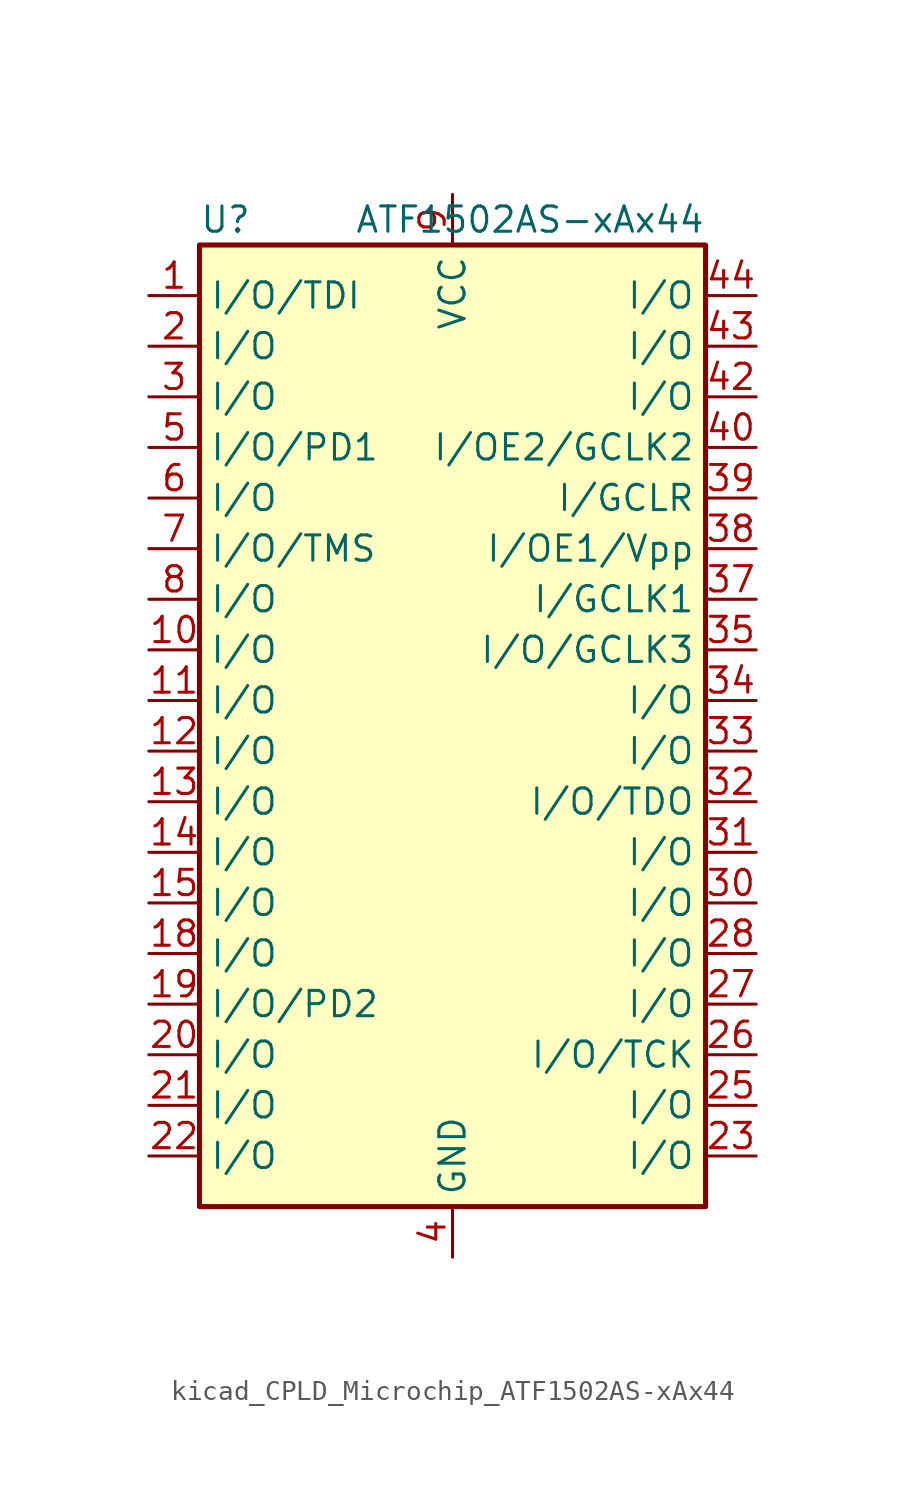
<source format=kicad_sym>
(kicad_symbol_lib
  (version 20220914)
  (generator kicad_symbol_editor)
  (symbol "kicad_CPLD_Microchip_ATF1502AS-xAx44"
    (property "Reference" "U"
      (at -12.7 24.13 0)
      (effects (font (size 1.27 1.27)) (justify left)))
    (property "Value" "ATF1502AS-xAx44"
      (at 12.7 24.13 0)
      (effects (font (size 1.27 1.27)) (justify right)))
    (symbol "kicad_CPLD_Microchip_ATF1502AS-xAx44_0_1"
      (rectangle (start -12.7 22.86) (end 12.7 -25.4) (stroke (width 0.254) (type default)) (fill (type background))))
    (symbol "kicad_CPLD_Microchip_ATF1502AS-xAx44_1_1"
      (pin bidirectional line (at -15.24 20.32 0) (length 2.54) (name "I/O/TDI" (effects (font (size 1.27 1.27)))) (number "1" (effects (font (size 1.27 1.27)))))
      (pin bidirectional line (at -15.24 2.54 0) (length 2.54) (name "I/O" (effects (font (size 1.27 1.27)))) (number "10" (effects (font (size 1.27 1.27)))))
      (pin bidirectional line (at -15.24 0 0) (length 2.54) (name "I/O" (effects (font (size 1.27 1.27)))) (number "11" (effects (font (size 1.27 1.27)))))
      (pin bidirectional line (at -15.24 -2.54 0) (length 2.54) (name "I/O" (effects (font (size 1.27 1.27)))) (number "12" (effects (font (size 1.27 1.27)))))
      (pin bidirectional line (at -15.24 -5.08 0) (length 2.54) (name "I/O" (effects (font (size 1.27 1.27)))) (number "13" (effects (font (size 1.27 1.27)))))
      (pin bidirectional line (at -15.24 -7.62 0) (length 2.54) (name "I/O" (effects (font (size 1.27 1.27)))) (number "14" (effects (font (size 1.27 1.27)))))
      (pin bidirectional line (at -15.24 -10.16 0) (length 2.54) (name "I/O" (effects (font (size 1.27 1.27)))) (number "15" (effects (font (size 1.27 1.27)))))
      (pin passive line (at 0 -27.94 90) (length 2.54) hide (name "GND" (effects (font (size 1.27 1.27)))) (number "16" (effects (font (size 1.27 1.27)))))
      (pin passive line (at 0 25.4 270) (length 2.54) hide (name "VCC" (effects (font (size 1.27 1.27)))) (number "17" (effects (font (size 1.27 1.27)))))
      (pin bidirectional line (at -15.24 -12.7 0) (length 2.54) (name "I/O" (effects (font (size 1.27 1.27)))) (number "18" (effects (font (size 1.27 1.27)))))
      (pin bidirectional line (at -15.24 -15.24 0) (length 2.54) (name "I/O/PD2" (effects (font (size 1.27 1.27)))) (number "19" (effects (font (size 1.27 1.27)))))
      (pin bidirectional line (at -15.24 17.78 0) (length 2.54) (name "I/O" (effects (font (size 1.27 1.27)))) (number "2" (effects (font (size 1.27 1.27)))))
      (pin bidirectional line (at -15.24 -17.78 0) (length 2.54) (name "I/O" (effects (font (size 1.27 1.27)))) (number "20" (effects (font (size 1.27 1.27)))))
      (pin bidirectional line (at -15.24 -20.32 0) (length 2.54) (name "I/O" (effects (font (size 1.27 1.27)))) (number "21" (effects (font (size 1.27 1.27)))))
      (pin bidirectional line (at -15.24 -22.86 0) (length 2.54) (name "I/O" (effects (font (size 1.27 1.27)))) (number "22" (effects (font (size 1.27 1.27)))))
      (pin bidirectional line (at 15.24 -22.86 180) (length 2.54) (name "I/O" (effects (font (size 1.27 1.27)))) (number "23" (effects (font (size 1.27 1.27)))))
      (pin passive line (at 0 -27.94 90) (length 2.54) hide (name "GND" (effects (font (size 1.27 1.27)))) (number "24" (effects (font (size 1.27 1.27)))))
      (pin bidirectional line (at 15.24 -20.32 180) (length 2.54) (name "I/O" (effects (font (size 1.27 1.27)))) (number "25" (effects (font (size 1.27 1.27)))))
      (pin bidirectional line (at 15.24 -17.78 180) (length 2.54) (name "I/O/TCK" (effects (font (size 1.27 1.27)))) (number "26" (effects (font (size 1.27 1.27)))))
      (pin bidirectional line (at 15.24 -15.24 180) (length 2.54) (name "I/O" (effects (font (size 1.27 1.27)))) (number "27" (effects (font (size 1.27 1.27)))))
      (pin bidirectional line (at 15.24 -12.7 180) (length 2.54) (name "I/O" (effects (font (size 1.27 1.27)))) (number "28" (effects (font (size 1.27 1.27)))))
      (pin passive line (at 0 25.4 270) (length 2.54) hide (name "VCC" (effects (font (size 1.27 1.27)))) (number "29" (effects (font (size 1.27 1.27)))))
      (pin bidirectional line (at -15.24 15.24 0) (length 2.54) (name "I/O" (effects (font (size 1.27 1.27)))) (number "3" (effects (font (size 1.27 1.27)))))
      (pin bidirectional line (at 15.24 -10.16 180) (length 2.54) (name "I/O" (effects (font (size 1.27 1.27)))) (number "30" (effects (font (size 1.27 1.27)))))
      (pin bidirectional line (at 15.24 -7.62 180) (length 2.54) (name "I/O" (effects (font (size 1.27 1.27)))) (number "31" (effects (font (size 1.27 1.27)))))
      (pin bidirectional line (at 15.24 -5.08 180) (length 2.54) (name "I/O/TDO" (effects (font (size 1.27 1.27)))) (number "32" (effects (font (size 1.27 1.27)))))
      (pin bidirectional line (at 15.24 -2.54 180) (length 2.54) (name "I/O" (effects (font (size 1.27 1.27)))) (number "33" (effects (font (size 1.27 1.27)))))
      (pin bidirectional line (at 15.24 0 180) (length 2.54) (name "I/O" (effects (font (size 1.27 1.27)))) (number "34" (effects (font (size 1.27 1.27)))))
      (pin bidirectional line (at 15.24 2.54 180) (length 2.54) (name "I/O/GCLK3" (effects (font (size 1.27 1.27)))) (number "35" (effects (font (size 1.27 1.27)))))
      (pin passive line (at 0 -27.94 90) (length 2.54) hide (name "GND" (effects (font (size 1.27 1.27)))) (number "36" (effects (font (size 1.27 1.27)))))
      (pin input line (at 15.24 5.08 180) (length 2.54) (name "I/GCLK1" (effects (font (size 1.27 1.27)))) (number "37" (effects (font (size 1.27 1.27)))))
      (pin input line (at 15.24 7.62 180) (length 2.54) (name "I/OE1/Vpp" (effects (font (size 1.27 1.27)))) (number "38" (effects (font (size 1.27 1.27)))))
      (pin input line (at 15.24 10.16 180) (length 2.54) (name "I/GCLR" (effects (font (size 1.27 1.27)))) (number "39" (effects (font (size 1.27 1.27)))))
      (pin power_in line (at 0 -27.94 90) (length 2.54) (name "GND" (effects (font (size 1.27 1.27)))) (number "4" (effects (font (size 1.27 1.27)))))
      (pin input line (at 15.24 12.7 180) (length 2.54) (name "I/OE2/GCLK2" (effects (font (size 1.27 1.27)))) (number "40" (effects (font (size 1.27 1.27)))))
      (pin passive line (at 0 25.4 270) (length 2.54) hide (name "VCC" (effects (font (size 1.27 1.27)))) (number "41" (effects (font (size 1.27 1.27)))))
      (pin bidirectional line (at 15.24 15.24 180) (length 2.54) (name "I/O" (effects (font (size 1.27 1.27)))) (number "42" (effects (font (size 1.27 1.27)))))
      (pin bidirectional line (at 15.24 17.78 180) (length 2.54) (name "I/O" (effects (font (size 1.27 1.27)))) (number "43" (effects (font (size 1.27 1.27)))))
      (pin bidirectional line (at 15.24 20.32 180) (length 2.54) (name "I/O" (effects (font (size 1.27 1.27)))) (number "44" (effects (font (size 1.27 1.27)))))
      (pin bidirectional line (at -15.24 12.7 0) (length 2.54) (name "I/O/PD1" (effects (font (size 1.27 1.27)))) (number "5" (effects (font (size 1.27 1.27)))))
      (pin bidirectional line (at -15.24 10.16 0) (length 2.54) (name "I/O" (effects (font (size 1.27 1.27)))) (number "6" (effects (font (size 1.27 1.27)))))
      (pin bidirectional line (at -15.24 7.62 0) (length 2.54) (name "I/O/TMS" (effects (font (size 1.27 1.27)))) (number "7" (effects (font (size 1.27 1.27)))))
      (pin bidirectional line (at -15.24 5.08 0) (length 2.54) (name "I/O" (effects (font (size 1.27 1.27)))) (number "8" (effects (font (size 1.27 1.27)))))
      (pin power_in line (at 0 25.4 270) (length 2.54) (name "VCC" (effects (font (size 1.27 1.27)))) (number "9" (effects (font (size 1.27 1.27))))))))
</source>
